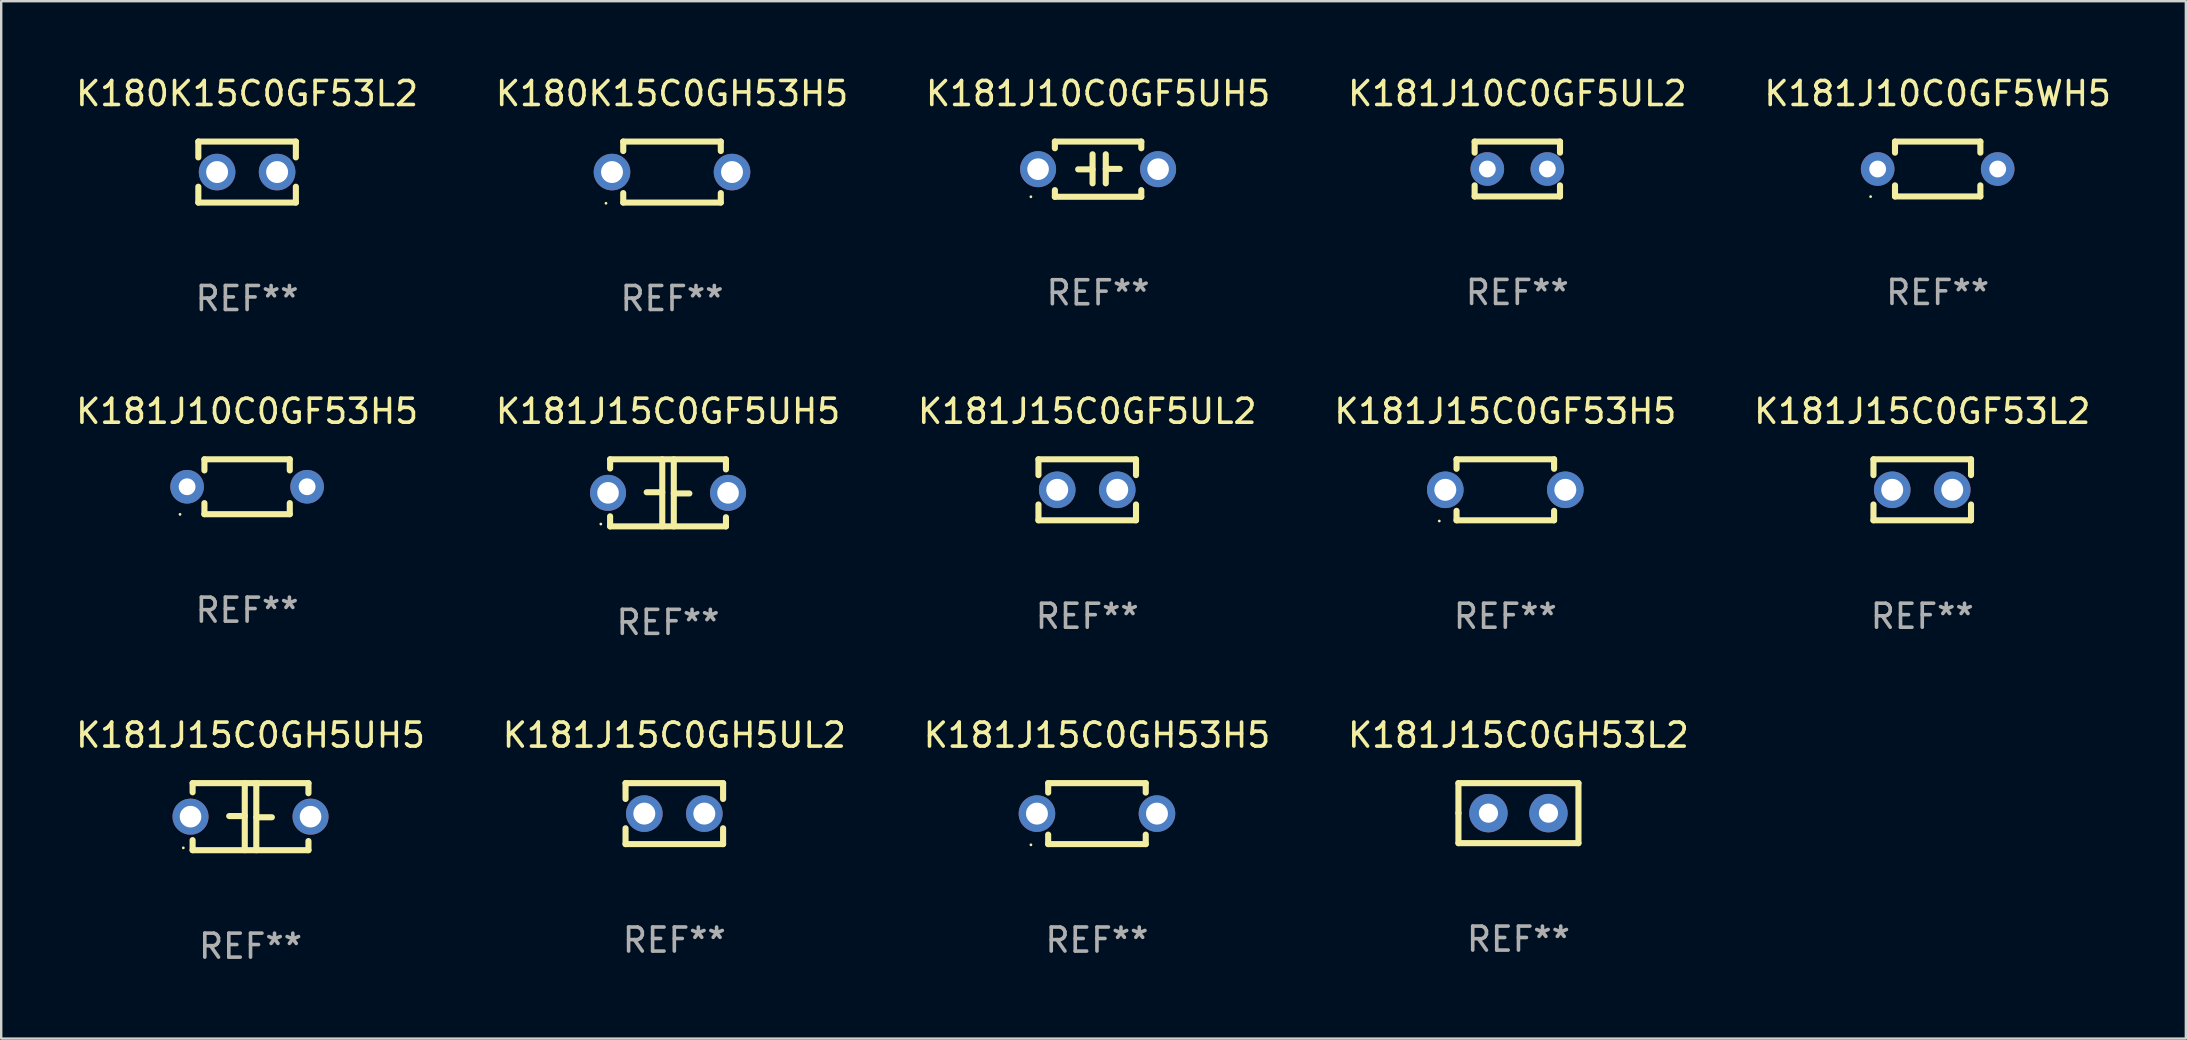
<source format=kicad_pcb>
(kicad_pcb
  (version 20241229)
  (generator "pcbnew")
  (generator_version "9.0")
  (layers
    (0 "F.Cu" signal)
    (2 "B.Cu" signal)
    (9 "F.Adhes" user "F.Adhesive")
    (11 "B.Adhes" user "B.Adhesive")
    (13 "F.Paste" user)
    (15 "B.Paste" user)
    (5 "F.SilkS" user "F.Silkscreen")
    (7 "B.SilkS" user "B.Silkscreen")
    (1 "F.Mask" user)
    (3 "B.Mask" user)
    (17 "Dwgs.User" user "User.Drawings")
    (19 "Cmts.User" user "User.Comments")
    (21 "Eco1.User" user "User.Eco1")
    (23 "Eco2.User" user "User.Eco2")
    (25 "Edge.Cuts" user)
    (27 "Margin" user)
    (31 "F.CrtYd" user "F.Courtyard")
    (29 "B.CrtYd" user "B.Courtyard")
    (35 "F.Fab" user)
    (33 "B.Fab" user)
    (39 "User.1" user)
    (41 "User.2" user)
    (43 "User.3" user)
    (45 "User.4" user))
  (footprint "K181J15C0GH5UL2"
    (layer "F.Cu")
    (at 25.042 30.845)
    (property "Reference" "K181J15C0GH5UL2" (at 0 -3.27 0) (layer "F.SilkS") (effects (font (size 1 1) (thickness 0.15))))
    (attr through_hole)
    (fp_line (start -2.032 -1.27) (end -2.032 -0.611) (stroke (width 0.254) (type solid)) (layer "F.SilkS"))
    (fp_line (start -2.032 0.611) (end -2.032 1.27) (stroke (width 0.254) (type solid)) (layer "F.SilkS"))
    (fp_line (start -2.032 1.27) (end 2.032 1.27) (stroke (width 0.254) (type solid)) (layer "F.SilkS"))
    (fp_line (start 2.032 -1.27) (end -2.032 -1.27) (stroke (width 0.254) (type solid)) (layer "F.SilkS"))
    (fp_line (start 2.032 -0.611) (end 2.032 -1.27) (stroke (width 0.254) (type solid)) (layer "F.SilkS"))
    (fp_line (start 2.032 1.27) (end 2.032 0.611) (stroke (width 0.254) (type solid)) (layer "F.SilkS"))
    (fp_circle (center -2 1.3) (end -1.97 1.3) (stroke (width 0.06) (type solid)) (fill no) (layer "F.SilkS"))
    (fp_text user "REF**" (at 0 5.27 0) (layer "F.Fab") (effects (font (size 1 1) (thickness 0.15))))
    (pad "1" thru_hole circle (at -1.25 0) (size 1.524 1.524) (drill 0.914) (layers "*.Cu" "*.Mask"))
    (pad "2" thru_hole circle (at 1.25 0) (size 1.524 1.524) (drill 0.914) (layers "*.Cu" "*.Mask")))
  (footprint "K181J10C0GF53H5"
    (layer "F.Cu")
    (at 7.244 17.228)
    (property "Reference" "K181J10C0GF53H5" (at 0 -3.143 0) (layer "F.SilkS") (effects (font (size 1 1) (thickness 0.15))))
    (attr through_hole)
    (fp_line (start -1.778 -1.143) (end 1.778 -1.143) (stroke (width 0.254) (type solid)) (layer "F.SilkS"))
    (fp_line (start -1.778 -0.681) (end -1.778 -1.143) (stroke (width 0.254) (type solid)) (layer "F.SilkS"))
    (fp_line (start -1.778 1.143) (end -1.778 0.681) (stroke (width 0.254) (type solid)) (layer "F.SilkS"))
    (fp_line (start 1.778 -1.143) (end 1.778 -0.681) (stroke (width 0.254) (type solid)) (layer "F.SilkS"))
    (fp_line (start 1.778 0.681) (end 1.778 1.143) (stroke (width 0.254) (type solid)) (layer "F.SilkS"))
    (fp_line (start 1.778 1.143) (end -1.778 1.143) (stroke (width 0.254) (type solid)) (layer "F.SilkS"))
    (fp_circle (center -2.794 1.15) (end -2.764 1.15) (stroke (width 0.06) (type solid)) (fill no) (layer "F.SilkS"))
    (fp_text user "REF**" (at 0 5.143 0) (layer "F.Fab") (effects (font (size 1 1) (thickness 0.15))))
    (pad "1" thru_hole circle (at -2.5 0) (size 1.4 1.4) (drill 0.7) (layers "*.Cu" "*.Mask"))
    (pad "2" thru_hole circle (at 2.5 0) (size 1.4 1.4) (drill 0.7) (layers "*.Cu" "*.Mask")))
  (footprint "K181J10C0GF5WH5"
    (layer "F.Cu")
    (at 77.673 3.991)
    (property "Reference" "K181J10C0GF5WH5" (at 0 -3.143 0) (layer "F.SilkS") (effects (font (size 1 1) (thickness 0.15))))
    (attr through_hole)
    (fp_line (start -1.778 -1.143) (end 1.778 -1.143) (stroke (width 0.254) (type solid)) (layer "F.SilkS"))
    (fp_line (start -1.778 -0.681) (end -1.778 -1.143) (stroke (width 0.254) (type solid)) (layer "F.SilkS"))
    (fp_line (start -1.778 1.143) (end -1.778 0.681) (stroke (width 0.254) (type solid)) (layer "F.SilkS"))
    (fp_line (start 1.778 -1.143) (end 1.778 -0.681) (stroke (width 0.254) (type solid)) (layer "F.SilkS"))
    (fp_line (start 1.778 0.681) (end 1.778 1.143) (stroke (width 0.254) (type solid)) (layer "F.SilkS"))
    (fp_line (start 1.778 1.143) (end -1.778 1.143) (stroke (width 0.254) (type solid)) (layer "F.SilkS"))
    (fp_circle (center -2.794 1.15) (end -2.764 1.15) (stroke (width 0.06) (type solid)) (fill no) (layer "F.SilkS"))
    (fp_text user "REF**" (at 0 5.143 0) (layer "F.Fab") (effects (font (size 1 1) (thickness 0.15))))
    (pad "1" thru_hole circle (at -2.5 0) (size 1.4 1.4) (drill 0.7) (layers "*.Cu" "*.Mask"))
    (pad "2" thru_hole circle (at 2.5 0) (size 1.4 1.4) (drill 0.7) (layers "*.Cu" "*.Mask")))
  (footprint "K180K15C0GF53L2"
    (layer "F.Cu")
    (at 7.244 4.118)
    (property "Reference" "K180K15C0GF53L2" (at 0 -3.27 0) (layer "F.SilkS") (effects (font (size 1 1) (thickness 0.15))))
    (attr through_hole)
    (fp_line (start -2.032 -1.27) (end -2.032 -0.611) (stroke (width 0.254) (type solid)) (layer "F.SilkS"))
    (fp_line (start -2.032 0.611) (end -2.032 1.27) (stroke (width 0.254) (type solid)) (layer "F.SilkS"))
    (fp_line (start -2.032 1.27) (end 2.032 1.27) (stroke (width 0.254) (type solid)) (layer "F.SilkS"))
    (fp_line (start 2.032 -1.27) (end -2.032 -1.27) (stroke (width 0.254) (type solid)) (layer "F.SilkS"))
    (fp_line (start 2.032 -0.611) (end 2.032 -1.27) (stroke (width 0.254) (type solid)) (layer "F.SilkS"))
    (fp_line (start 2.032 1.27) (end 2.032 0.611) (stroke (width 0.254) (type solid)) (layer "F.SilkS"))
    (fp_circle (center -2 1.3) (end -1.97 1.3) (stroke (width 0.06) (type solid)) (fill no) (layer "F.SilkS"))
    (fp_text user "REF**" (at 0 5.27 0) (layer "F.Fab") (effects (font (size 1 1) (thickness 0.15))))
    (pad "1" thru_hole circle (at -1.25 0) (size 1.524 1.524) (drill 0.914) (layers "*.Cu" "*.Mask"))
    (pad "2" thru_hole circle (at 1.25 0) (size 1.524 1.524) (drill 0.914) (layers "*.Cu" "*.Mask")))
  (footprint "K181J10C0GF5UH5"
    (layer "F.Cu")
    (at 42.696 3.998)
    (property "Reference" "K181J10C0GF5UH5" (at 0 -3.15 0) (layer "F.SilkS") (effects (font (size 1 1) (thickness 0.15))))
    (attr through_hole)
    (fp_line (start -1.8 -1.15) (end -1.8 -0.872) (stroke (width 0.254) (type solid)) (layer "F.SilkS"))
    (fp_line (start -1.8 -1.15) (end 1.8 -1.15) (stroke (width 0.254) (type solid)) (layer "F.SilkS"))
    (fp_line (start -1.8 0.872) (end -1.8 1.15) (stroke (width 0.254) (type solid)) (layer "F.SilkS"))
    (fp_line (start -1.8 1.15) (end 1.8 1.15) (stroke (width 0.254) (type solid)) (layer "F.SilkS"))
    (fp_line (start -0.23 -0.62) (end -0.23 0.59) (stroke (width 0.254) (type solid)) (layer "F.SilkS"))
    (fp_line (start -0.23 0.007) (end -0.83 0.007) (stroke (width 0.254) (type solid)) (layer "F.SilkS"))
    (fp_line (start 0.32 -0.62) (end 0.32 0.59) (stroke (width 0.254) (type solid)) (layer "F.SilkS"))
    (fp_line (start 0.32 -0.012) (end 0.9 -0.012) (stroke (width 0.254) (type solid)) (layer "F.SilkS"))
    (fp_line (start 1.8 -1.15) (end 1.8 -0.872) (stroke (width 0.254) (type solid)) (layer "F.SilkS"))
    (fp_line (start 1.8 0.872) (end 1.8 1.15) (stroke (width 0.254) (type solid)) (layer "F.SilkS"))
    (fp_circle (center -2.8 1.15) (end -2.77 1.15) (stroke (width 0.06) (type solid)) (fill no) (layer "F.SilkS"))
    (fp_text user "REF**" (at 0 5.15 0) (layer "F.Fab") (effects (font (size 1 1) (thickness 0.15))))
    (pad "1" thru_hole circle (at -2.5 0) (size 1.5 1.5) (drill 0.9) (layers "*.Cu" "*.Mask"))
    (pad "2" thru_hole circle (at 2.5 0) (size 1.5 1.5) (drill 0.9) (layers "*.Cu" "*.Mask")))
  (footprint "K181J15C0GF53L2"
    (layer "F.Cu")
    (at 77.03 17.355)
    (property "Reference" "K181J15C0GF53L2" (at 0 -3.27 0) (layer "F.SilkS") (effects (font (size 1 1) (thickness 0.15))))
    (attr through_hole)
    (fp_line (start -2.032 -1.27) (end -2.032 -0.611) (stroke (width 0.254) (type solid)) (layer "F.SilkS"))
    (fp_line (start -2.032 0.611) (end -2.032 1.27) (stroke (width 0.254) (type solid)) (layer "F.SilkS"))
    (fp_line (start -2.032 1.27) (end 2.032 1.27) (stroke (width 0.254) (type solid)) (layer "F.SilkS"))
    (fp_line (start 2.032 -1.27) (end -2.032 -1.27) (stroke (width 0.254) (type solid)) (layer "F.SilkS"))
    (fp_line (start 2.032 -0.611) (end 2.032 -1.27) (stroke (width 0.254) (type solid)) (layer "F.SilkS"))
    (fp_line (start 2.032 1.27) (end 2.032 0.611) (stroke (width 0.254) (type solid)) (layer "F.SilkS"))
    (fp_circle (center -2 1.3) (end -1.97 1.3) (stroke (width 0.06) (type solid)) (fill no) (layer "F.SilkS"))
    (fp_text user "REF**" (at 0 5.27 0) (layer "F.Fab") (effects (font (size 1 1) (thickness 0.15))))
    (pad "1" thru_hole circle (at -1.25 0) (size 1.524 1.524) (drill 0.914) (layers "*.Cu" "*.Mask"))
    (pad "2" thru_hole circle (at 1.25 0) (size 1.524 1.524) (drill 0.914) (layers "*.Cu" "*.Mask")))
  (footprint "K181J15C0GH53L2"
    (layer "F.Cu")
    (at 60.208 30.825)
    (property "Reference" "K181J15C0GH53L2" (at 0 -3.25 0) (layer "F.SilkS") (effects (font (size 1 1) (thickness 0.15))))
    (attr through_hole)
    (fp_line (start -2.5 -1.25) (end 2.5 -1.25) (stroke (width 0.254) (type solid)) (layer "F.SilkS"))
    (fp_line (start -2.5 0) (end -2.5 -1.25) (stroke (width 0.254) (type solid)) (layer "F.SilkS"))
    (fp_line (start -2.5 1.25) (end -2.5 0) (stroke (width 0.254) (type solid)) (layer "F.SilkS"))
    (fp_line (start 2.5 -1.25) (end 2.5 1.25) (stroke (width 0.254) (type solid)) (layer "F.SilkS"))
    (fp_line (start 2.5 1.25) (end -2.5 1.25) (stroke (width 0.254) (type solid)) (layer "F.SilkS"))
    (fp_circle (center -2.5 1.25) (end -2.47 1.25) (stroke (width 0.06) (type solid)) (fill no) (layer "F.SilkS"))
    (fp_text user "REF**" (at 0 5.25 0) (layer "F.Fab") (effects (font (size 1 1) (thickness 0.15))))
    (pad "1" thru_hole circle (at -1.25 0) (size 1.6 1.6) (drill 0.8) (layers "*.Cu" "*.Mask"))
    (pad "2" thru_hole circle (at 1.25 0) (size 1.6 1.6) (drill 0.8) (layers "*.Cu" "*.Mask")))
  (footprint "K181J15C0GF53H5"
    (layer "F.Cu")
    (at 59.661 17.355)
    (property "Reference" "K181J15C0GF53H5" (at 0 -3.27 0) (layer "F.SilkS") (effects (font (size 1 1) (thickness 0.15))))
    (attr through_hole)
    (fp_line (start -2.032 -1.27) (end -2.032 -0.876) (stroke (width 0.254) (type solid)) (layer "F.SilkS"))
    (fp_line (start -2.032 0.876) (end -2.032 1.27) (stroke (width 0.254) (type solid)) (layer "F.SilkS"))
    (fp_line (start -2.032 1.27) (end 2.032 1.27) (stroke (width 0.254) (type solid)) (layer "F.SilkS"))
    (fp_line (start 2.032 -1.27) (end -2.032 -1.27) (stroke (width 0.254) (type solid)) (layer "F.SilkS"))
    (fp_line (start 2.032 -0.876) (end 2.032 -1.27) (stroke (width 0.254) (type solid)) (layer "F.SilkS"))
    (fp_line (start 2.032 1.27) (end 2.032 0.876) (stroke (width 0.254) (type solid)) (layer "F.SilkS"))
    (fp_circle (center -2.751 1.3) (end -2.721 1.3) (stroke (width 0.06) (type solid)) (fill no) (layer "F.SilkS"))
    (fp_text user "REF**" (at 0 5.27 0) (layer "F.Fab") (effects (font (size 1 1) (thickness 0.15))))
    (pad "1" thru_hole circle (at -2.5 0) (size 1.524 1.524) (drill 0.914) (layers "*.Cu" "*.Mask"))
    (pad "2" thru_hole circle (at 2.5 0) (size 1.524 1.524) (drill 0.914) (layers "*.Cu" "*.Mask")))
  (footprint "K181J15C0GH53H5"
    (layer "F.Cu")
    (at 42.649 30.845)
    (property "Reference" "K181J15C0GH53H5" (at 0 -3.27 0) (layer "F.SilkS") (effects (font (size 1 1) (thickness 0.15))))
    (attr through_hole)
    (fp_line (start -2.032 -1.27) (end -2.032 -0.876) (stroke (width 0.254) (type solid)) (layer "F.SilkS"))
    (fp_line (start -2.032 0.876) (end -2.032 1.27) (stroke (width 0.254) (type solid)) (layer "F.SilkS"))
    (fp_line (start -2.032 1.27) (end 2.032 1.27) (stroke (width 0.254) (type solid)) (layer "F.SilkS"))
    (fp_line (start 2.032 -1.27) (end -2.032 -1.27) (stroke (width 0.254) (type solid)) (layer "F.SilkS"))
    (fp_line (start 2.032 -0.876) (end 2.032 -1.27) (stroke (width 0.254) (type solid)) (layer "F.SilkS"))
    (fp_line (start 2.032 1.27) (end 2.032 0.876) (stroke (width 0.254) (type solid)) (layer "F.SilkS"))
    (fp_circle (center -2.751 1.3) (end -2.721 1.3) (stroke (width 0.06) (type solid)) (fill no) (layer "F.SilkS"))
    (fp_text user "REF**" (at 0 5.27 0) (layer "F.Fab") (effects (font (size 1 1) (thickness 0.15))))
    (pad "1" thru_hole circle (at -2.5 0) (size 1.524 1.524) (drill 0.914) (layers "*.Cu" "*.Mask"))
    (pad "2" thru_hole circle (at 2.5 0) (size 1.524 1.524) (drill 0.914) (layers "*.Cu" "*.Mask")))
  (footprint "K181J15C0GH5UH5"
    (layer "F.Cu")
    (at 7.387 30.972)
    (property "Reference" "K181J15C0GH5UH5" (at 0 -3.397 0) (layer "F.SilkS") (effects (font (size 1 1) (thickness 0.15))))
    (attr through_hole)
    (fp_line (start -2.413 -1.397) (end 2.413 -1.397) (stroke (width 0.254) (type solid)) (layer "F.SilkS"))
    (fp_line (start -2.413 -1.016) (end -2.413 -1.397) (stroke (width 0.254) (type solid)) (layer "F.SilkS"))
    (fp_line (start -2.413 0.977) (end -2.413 1.397) (stroke (width 0.254) (type solid)) (layer "F.SilkS"))
    (fp_line (start -0.24 -0.025) (end -0.889 -0.025) (stroke (width 0.254) (type solid)) (layer "F.SilkS"))
    (fp_line (start -0.24 1.397) (end -0.24 -1.397) (stroke (width 0.254) (type solid)) (layer "F.SilkS"))
    (fp_line (start 0.24 -1.397) (end 0.24 1.397) (stroke (width 0.254) (type solid)) (layer "F.SilkS"))
    (fp_line (start 0.24 0.025) (end 0.889 0.025) (stroke (width 0.254) (type solid)) (layer "F.SilkS"))
    (fp_line (start 2.413 -0.977) (end 2.413 -1.397) (stroke (width 0.254) (type solid)) (layer "F.SilkS"))
    (fp_line (start 2.413 1.016) (end 2.413 1.397) (stroke (width 0.254) (type solid)) (layer "F.SilkS"))
    (fp_line (start 2.413 1.397) (end -2.413 1.397) (stroke (width 0.254) (type solid)) (layer "F.SilkS"))
    (fp_circle (center -2.8 1.3) (end -2.77 1.3) (stroke (width 0.06) (type solid)) (fill no) (layer "F.SilkS"))
    (fp_text user "REF**" (at 0 5.397 0) (layer "F.Fab") (effects (font (size 1 1) (thickness 0.15))))
    (pad "1" thru_hole circle (at -2.5 0) (size 1.5 1.5) (drill 0.9) (layers "*.Cu" "*.Mask"))
    (pad "2" thru_hole circle (at 2.5 0) (size 1.5 1.5) (drill 0.9) (layers "*.Cu" "*.Mask")))
  (footprint "K181J15C0GF5UH5"
    (layer "F.Cu")
    (at 24.78 17.482)
    (property "Reference" "K181J15C0GF5UH5" (at 0 -3.397 0) (layer "F.SilkS") (effects (font (size 1 1) (thickness 0.15))))
    (attr through_hole)
    (fp_line (start -2.413 -1.397) (end 2.413 -1.397) (stroke (width 0.254) (type solid)) (layer "F.SilkS"))
    (fp_line (start -2.413 -1.016) (end -2.413 -1.397) (stroke (width 0.254) (type solid)) (layer "F.SilkS"))
    (fp_line (start -2.413 0.977) (end -2.413 1.397) (stroke (width 0.254) (type solid)) (layer "F.SilkS"))
    (fp_line (start -0.24 -0.025) (end -0.889 -0.025) (stroke (width 0.254) (type solid)) (layer "F.SilkS"))
    (fp_line (start -0.24 1.397) (end -0.24 -1.397) (stroke (width 0.254) (type solid)) (layer "F.SilkS"))
    (fp_line (start 0.24 -1.397) (end 0.24 1.397) (stroke (width 0.254) (type solid)) (layer "F.SilkS"))
    (fp_line (start 0.24 0.025) (end 0.889 0.025) (stroke (width 0.254) (type solid)) (layer "F.SilkS"))
    (fp_line (start 2.413 -0.977) (end 2.413 -1.397) (stroke (width 0.254) (type solid)) (layer "F.SilkS"))
    (fp_line (start 2.413 1.016) (end 2.413 1.397) (stroke (width 0.254) (type solid)) (layer "F.SilkS"))
    (fp_line (start 2.413 1.397) (end -2.413 1.397) (stroke (width 0.254) (type solid)) (layer "F.SilkS"))
    (fp_circle (center -2.8 1.3) (end -2.77 1.3) (stroke (width 0.06) (type solid)) (fill no) (layer "F.SilkS"))
    (fp_text user "REF**" (at 0 5.397 0) (layer "F.Fab") (effects (font (size 1 1) (thickness 0.15))))
    (pad "1" thru_hole circle (at -2.5 0) (size 1.5 1.5) (drill 0.9) (layers "*.Cu" "*.Mask"))
    (pad "2" thru_hole circle (at 2.5 0) (size 1.5 1.5) (drill 0.9) (layers "*.Cu" "*.Mask")))
  (footprint "K181J10C0GF5UL2"
    (layer "F.Cu")
    (at 60.161 3.991)
    (property "Reference" "K181J10C0GF5UL2" (at 0 -3.143 0) (layer "F.SilkS") (effects (font (size 1 1) (thickness 0.15))))
    (attr through_hole)
    (fp_line (start -1.778 -1.143) (end 1.778 -1.143) (stroke (width 0.254) (type solid)) (layer "F.SilkS"))
    (fp_line (start -1.778 -0.681) (end -1.778 -1.143) (stroke (width 0.254) (type solid)) (layer "F.SilkS"))
    (fp_line (start -1.778 1.143) (end -1.778 0.681) (stroke (width 0.254) (type solid)) (layer "F.SilkS"))
    (fp_line (start 1.778 -1.143) (end 1.778 -0.681) (stroke (width 0.254) (type solid)) (layer "F.SilkS"))
    (fp_line (start 1.778 0.681) (end 1.778 1.143) (stroke (width 0.254) (type solid)) (layer "F.SilkS"))
    (fp_line (start 1.778 1.143) (end -1.778 1.143) (stroke (width 0.254) (type solid)) (layer "F.SilkS"))
    (fp_circle (center -1.8 1.15) (end -1.77 1.15) (stroke (width 0.06) (type solid)) (fill no) (layer "F.SilkS"))
    (fp_text user "REF**" (at 0 5.143 0) (layer "F.Fab") (effects (font (size 1 1) (thickness 0.15))))
    (pad "1" thru_hole circle (at -1.25 0) (size 1.4 1.4) (drill 0.7) (layers "*.Cu" "*.Mask"))
    (pad "2" thru_hole circle (at 1.25 0) (size 1.4 1.4) (drill 0.7) (layers "*.Cu" "*.Mask")))
  (footprint "K181J15C0GF5UL2"
    (layer "F.Cu")
    (at 42.244 17.355)
    (property "Reference" "K181J15C0GF5UL2" (at 0 -3.27 0) (layer "F.SilkS") (effects (font (size 1 1) (thickness 0.15))))
    (attr through_hole)
    (fp_line (start -2.032 -1.27) (end -2.032 -0.611) (stroke (width 0.254) (type solid)) (layer "F.SilkS"))
    (fp_line (start -2.032 0.611) (end -2.032 1.27) (stroke (width 0.254) (type solid)) (layer "F.SilkS"))
    (fp_line (start -2.032 1.27) (end 2.032 1.27) (stroke (width 0.254) (type solid)) (layer "F.SilkS"))
    (fp_line (start 2.032 -1.27) (end -2.032 -1.27) (stroke (width 0.254) (type solid)) (layer "F.SilkS"))
    (fp_line (start 2.032 -0.611) (end 2.032 -1.27) (stroke (width 0.254) (type solid)) (layer "F.SilkS"))
    (fp_line (start 2.032 1.27) (end 2.032 0.611) (stroke (width 0.254) (type solid)) (layer "F.SilkS"))
    (fp_circle (center -2 1.3) (end -1.97 1.3) (stroke (width 0.06) (type solid)) (fill no) (layer "F.SilkS"))
    (fp_text user "REF**" (at 0 5.27 0) (layer "F.Fab") (effects (font (size 1 1) (thickness 0.15))))
    (pad "1" thru_hole circle (at -1.25 0) (size 1.524 1.524) (drill 0.914) (layers "*.Cu" "*.Mask"))
    (pad "2" thru_hole circle (at 1.25 0) (size 1.524 1.524) (drill 0.914) (layers "*.Cu" "*.Mask")))
  (footprint "K180K15C0GH53H5"
    (layer "F.Cu")
    (at 24.946 4.118)
    (property "Reference" "K180K15C0GH53H5" (at 0 -3.27 0) (layer "F.SilkS") (effects (font (size 1 1) (thickness 0.15))))
    (attr through_hole)
    (fp_line (start -2.032 -1.27) (end -2.032 -0.876) (stroke (width 0.254) (type solid)) (layer "F.SilkS"))
    (fp_line (start -2.032 0.876) (end -2.032 1.27) (stroke (width 0.254) (type solid)) (layer "F.SilkS"))
    (fp_line (start -2.032 1.27) (end 2.032 1.27) (stroke (width 0.254) (type solid)) (layer "F.SilkS"))
    (fp_line (start 2.032 -1.27) (end -2.032 -1.27) (stroke (width 0.254) (type solid)) (layer "F.SilkS"))
    (fp_line (start 2.032 -0.876) (end 2.032 -1.27) (stroke (width 0.254) (type solid)) (layer "F.SilkS"))
    (fp_line (start 2.032 1.27) (end 2.032 0.876) (stroke (width 0.254) (type solid)) (layer "F.SilkS"))
    (fp_circle (center -2.751 1.3) (end -2.721 1.3) (stroke (width 0.06) (type solid)) (fill no) (layer "F.SilkS"))
    (fp_text user "REF**" (at 0 5.27 0) (layer "F.Fab") (effects (font (size 1 1) (thickness 0.15))))
    (pad "1" thru_hole circle (at -2.5 0) (size 1.524 1.524) (drill 0.914) (layers "*.Cu" "*.Mask"))
    (pad "2" thru_hole circle (at 2.5 0) (size 1.524 1.524) (drill 0.914) (layers "*.Cu" "*.Mask")))
  (gr_rect
    (start -3 -3)
    (end 88.012 40.218)
    (stroke (width 0.1) (type default))
    (fill no)
    (layer "Edge.Cuts")))
</source>
